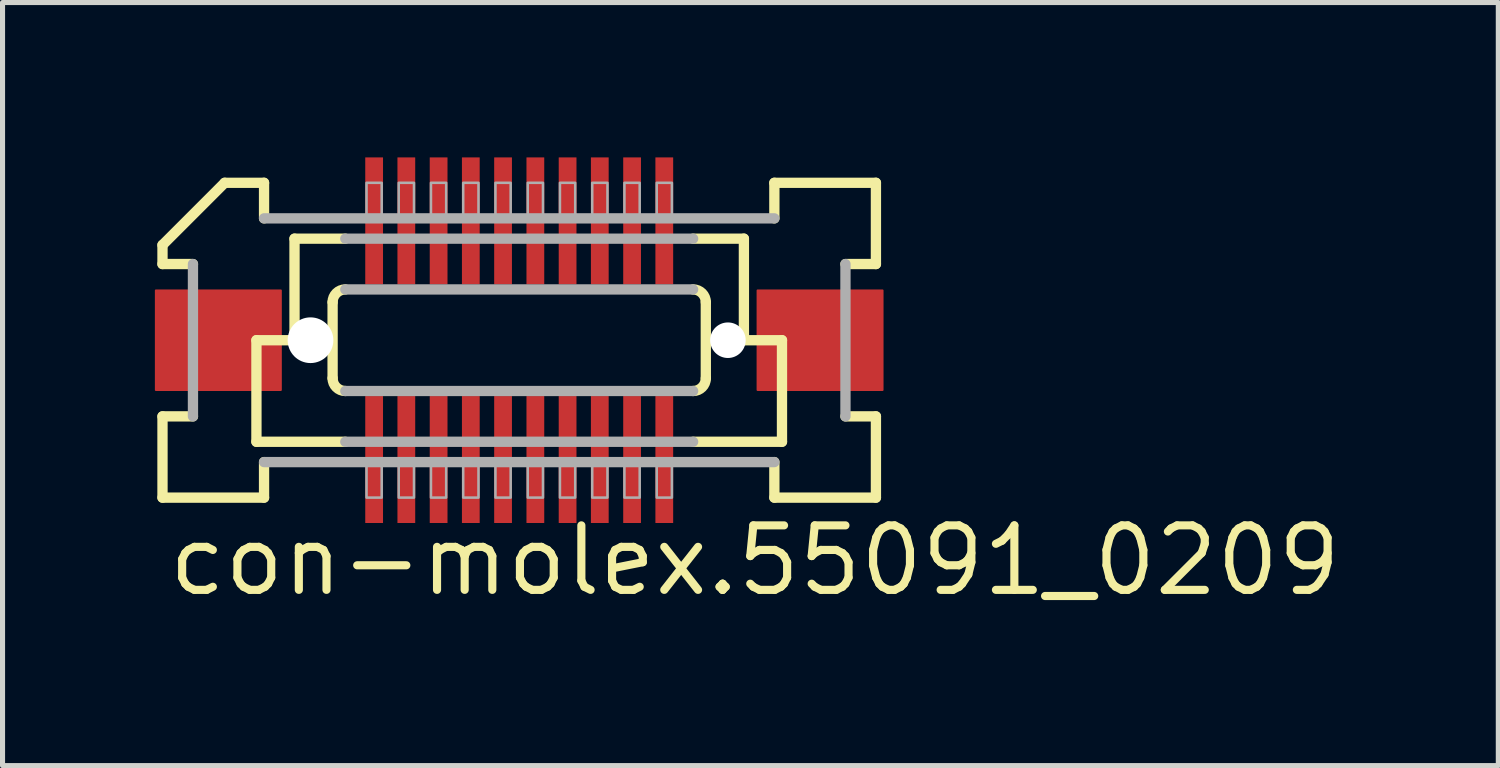
<source format=kicad_pcb>
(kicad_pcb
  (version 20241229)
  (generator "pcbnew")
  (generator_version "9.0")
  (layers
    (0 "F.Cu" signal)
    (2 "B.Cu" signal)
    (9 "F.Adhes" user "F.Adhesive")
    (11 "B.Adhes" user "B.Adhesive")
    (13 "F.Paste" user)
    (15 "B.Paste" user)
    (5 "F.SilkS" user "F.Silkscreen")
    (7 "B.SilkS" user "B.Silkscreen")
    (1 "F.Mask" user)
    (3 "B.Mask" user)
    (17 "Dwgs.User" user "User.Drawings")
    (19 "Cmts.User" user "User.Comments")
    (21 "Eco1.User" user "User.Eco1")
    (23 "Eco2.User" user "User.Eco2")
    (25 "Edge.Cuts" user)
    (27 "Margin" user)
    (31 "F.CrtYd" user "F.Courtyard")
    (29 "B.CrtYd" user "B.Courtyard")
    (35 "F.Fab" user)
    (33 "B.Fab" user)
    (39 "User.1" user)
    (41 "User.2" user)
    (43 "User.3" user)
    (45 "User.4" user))
  (footprint "con-molex.55091_0209"
    (layer "F.Cu")
    (at 7.175 3.65)
    (property "Reference" "con-molex.55091_0209" (at -6.985 5.08 0) (layer "F.SilkS") (effects (font (size 1.27 1.27) (thickness 0.16)) (justify left bottom)))
    (attr smd)
    (fp_rect (start -3.058 -1.075) (end -2.658 -3.625) (stroke (width 0.05) (type default)) (fill yes) (layer "F.Mask"))
    (fp_rect (start -3.058 3.625) (end -2.658 1.075) (stroke (width 0.05) (type default)) (fill yes) (layer "F.Mask"))
    (fp_rect (start -2.422 -1.075) (end -2.022 -3.625) (stroke (width 0.05) (type default)) (fill yes) (layer "F.Mask"))
    (fp_rect (start -2.422 3.625) (end -2.022 1.075) (stroke (width 0.05) (type default)) (fill yes) (layer "F.Mask"))
    (fp_rect (start -1.788 -1.075) (end -1.387 -3.625) (stroke (width 0.05) (type default)) (fill yes) (layer "F.Mask"))
    (fp_rect (start -1.788 3.625) (end -1.387 1.075) (stroke (width 0.05) (type default)) (fill yes) (layer "F.Mask"))
    (fp_rect (start -1.153 -1.075) (end -0.752 -3.625) (stroke (width 0.05) (type default)) (fill yes) (layer "F.Mask"))
    (fp_rect (start -1.153 3.625) (end -0.752 1.075) (stroke (width 0.05) (type default)) (fill yes) (layer "F.Mask"))
    (fp_rect (start -0.517 -1.075) (end -0.117 -3.625) (stroke (width 0.05) (type default)) (fill yes) (layer "F.Mask"))
    (fp_rect (start -0.517 3.625) (end -0.117 1.075) (stroke (width 0.05) (type default)) (fill yes) (layer "F.Mask"))
    (fp_rect (start 0.117 -1.075) (end 0.517 -3.625) (stroke (width 0.05) (type default)) (fill yes) (layer "F.Mask"))
    (fp_rect (start 0.117 3.625) (end 0.517 1.075) (stroke (width 0.05) (type default)) (fill yes) (layer "F.Mask"))
    (fp_rect (start 0.752 -1.075) (end 1.153 -3.625) (stroke (width 0.05) (type default)) (fill yes) (layer "F.Mask"))
    (fp_rect (start 0.752 3.625) (end 1.153 1.075) (stroke (width 0.05) (type default)) (fill yes) (layer "F.Mask"))
    (fp_rect (start 1.387 -1.075) (end 1.788 -3.625) (stroke (width 0.05) (type default)) (fill yes) (layer "F.Mask"))
    (fp_rect (start 1.387 3.625) (end 1.788 1.075) (stroke (width 0.05) (type default)) (fill yes) (layer "F.Mask"))
    (fp_rect (start 2.022 -1.075) (end 2.422 -3.625) (stroke (width 0.05) (type default)) (fill yes) (layer "F.Mask"))
    (fp_rect (start 2.022 3.625) (end 2.422 1.075) (stroke (width 0.05) (type default)) (fill yes) (layer "F.Mask"))
    (fp_rect (start 2.658 -1.075) (end 3.058 -3.625) (stroke (width 0.05) (type default)) (fill yes) (layer "F.Mask"))
    (fp_rect (start 2.658 3.625) (end 3.058 1.075) (stroke (width 0.05) (type default)) (fill yes) (layer "F.Mask"))
    (fp_line (start -7.025 -1.5) (end -7.025 -1.875) (stroke (width 0.203) (type default)) (layer "F.SilkS"))
    (fp_line (start -7.025 1.5) (end -6.425 1.5) (stroke (width 0.203) (type default)) (layer "F.SilkS"))
    (fp_line (start -7.025 3.1) (end -7.025 1.5) (stroke (width 0.203) (type default)) (layer "F.SilkS"))
    (fp_line (start -6.425 -1.5) (end -7.025 -1.5) (stroke (width 0.203) (type default)) (layer "F.SilkS"))
    (fp_line (start -5.8 -3.1) (end -7.025 -1.875) (stroke (width 0.203) (type default)) (layer "F.SilkS"))
    (fp_line (start -5.8 -3.1) (end -5.025 -3.1) (stroke (width 0.203) (type default)) (layer "F.SilkS"))
    (fp_line (start -5.175 0) (end -5.175 2) (stroke (width 0.203) (type default)) (layer "F.SilkS"))
    (fp_line (start -5.175 2) (end -3.425 2) (stroke (width 0.203) (type default)) (layer "F.SilkS"))
    (fp_line (start -5.025 -3.1) (end -5.025 -2.4) (stroke (width 0.203) (type default)) (layer "F.SilkS"))
    (fp_line (start -5.025 2.4) (end -5.025 3.1) (stroke (width 0.203) (type default)) (layer "F.SilkS"))
    (fp_line (start -5.025 3.1) (end -7.025 3.1) (stroke (width 0.203) (type default)) (layer "F.SilkS"))
    (fp_line (start -4.425 -2) (end -4.425 0) (stroke (width 0.203) (type default)) (layer "F.SilkS"))
    (fp_line (start -4.425 0) (end -5.175 0) (stroke (width 0.203) (type default)) (layer "F.SilkS"))
    (fp_line (start -3.675 0.75) (end -3.675 -0.75) (stroke (width 0.203) (type default)) (layer "F.SilkS"))
    (fp_line (start -3.425 -2) (end -4.425 -2) (stroke (width 0.203) (type default)) (layer "F.SilkS"))
    (fp_line (start 3.425 2) (end 5.175 2) (stroke (width 0.203) (type default)) (layer "F.SilkS"))
    (fp_line (start 3.675 -0.75) (end 3.675 0.75) (stroke (width 0.203) (type default)) (layer "F.SilkS"))
    (fp_line (start 4.425 -2) (end 3.425 -2) (stroke (width 0.203) (type default)) (layer "F.SilkS"))
    (fp_line (start 4.425 -2) (end 4.425 0) (stroke (width 0.203) (type default)) (layer "F.SilkS"))
    (fp_line (start 5.025 -3.1) (end 7.025 -3.1) (stroke (width 0.203) (type default)) (layer "F.SilkS"))
    (fp_line (start 5.025 -2.4) (end 5.025 -3.1) (stroke (width 0.203) (type default)) (layer "F.SilkS"))
    (fp_line (start 5.025 3.1) (end 5.025 2.4) (stroke (width 0.203) (type default)) (layer "F.SilkS"))
    (fp_line (start 5.175 0) (end 4.425 0) (stroke (width 0.203) (type default)) (layer "F.SilkS"))
    (fp_line (start 5.175 0) (end 5.175 2) (stroke (width 0.203) (type default)) (layer "F.SilkS"))
    (fp_line (start 6.425 1.5) (end 7.025 1.5) (stroke (width 0.203) (type default)) (layer "F.SilkS"))
    (fp_line (start 7.025 -3.1) (end 7.025 -1.5) (stroke (width 0.203) (type default)) (layer "F.SilkS"))
    (fp_line (start 7.025 -1.5) (end 6.425 -1.5) (stroke (width 0.203) (type default)) (layer "F.SilkS"))
    (fp_line (start 7.025 1.5) (end 7.025 3.1) (stroke (width 0.203) (type default)) (layer "F.SilkS"))
    (fp_line (start 7.025 3.1) (end 5.025 3.1) (stroke (width 0.203) (type default)) (layer "F.SilkS"))
    (fp_arc (start -3.675 -0.75) (mid -3.601777 -0.926777) (end -3.425 -1) (stroke (width 0.2032) (type default)) (layer "F.SilkS"))
    (fp_arc (start -3.425 1) (mid -3.601777 0.926777) (end -3.675 0.75) (stroke (width 0.2032) (type default)) (layer "F.SilkS"))
    (fp_arc (start 3.425 -1) (mid 3.601777 -0.926777) (end 3.675 -0.75) (stroke (width 0.2032) (type default)) (layer "F.SilkS"))
    (fp_arc (start 3.675 0.75) (mid 3.601777 0.926777) (end 3.425 1) (stroke (width 0.2032) (type default)) (layer "F.SilkS"))
    (fp_line (start -6.425 1.5) (end -6.425 -1.5) (stroke (width 0.203) (type default)) (layer "F.Fab"))
    (fp_line (start -5.025 -2.4) (end 5.025 -2.4) (stroke (width 0.203) (type default)) (layer "F.Fab"))
    (fp_line (start -3.425 -1) (end 3.425 -1) (stroke (width 0.203) (type default)) (layer "F.Fab"))
    (fp_line (start -3.425 2) (end 3.425 2) (stroke (width 0.203) (type default)) (layer "F.Fab"))
    (fp_line (start 3.425 -2) (end -3.425 -2) (stroke (width 0.203) (type default)) (layer "F.Fab"))
    (fp_line (start 3.425 1) (end -3.425 1) (stroke (width 0.203) (type default)) (layer "F.Fab"))
    (fp_line (start 5.025 2.4) (end -5.025 2.4) (stroke (width 0.203) (type default)) (layer "F.Fab"))
    (fp_line (start 6.425 -1.5) (end 6.425 1.5) (stroke (width 0.203) (type default)) (layer "F.Fab"))
    (fp_rect (start -3.007 -2.375) (end -2.708 -3.1) (stroke (width 0.05) (type default)) (fill no) (layer "F.Fab"))
    (fp_rect (start -3.007 3.1) (end -2.708 2.375) (stroke (width 0.05) (type default)) (fill no) (layer "F.Fab"))
    (fp_rect (start -2.373 -2.375) (end -2.072 -3.1) (stroke (width 0.05) (type default)) (fill no) (layer "F.Fab"))
    (fp_rect (start -2.373 3.1) (end -2.072 2.375) (stroke (width 0.05) (type default)) (fill no) (layer "F.Fab"))
    (fp_rect (start -1.738 -2.375) (end -1.438 -3.1) (stroke (width 0.05) (type default)) (fill no) (layer "F.Fab"))
    (fp_rect (start -1.738 3.1) (end -1.438 2.375) (stroke (width 0.05) (type default)) (fill no) (layer "F.Fab"))
    (fp_rect (start -1.103 -2.375) (end -0.802 -3.1) (stroke (width 0.05) (type default)) (fill no) (layer "F.Fab"))
    (fp_rect (start -1.103 3.1) (end -0.802 2.375) (stroke (width 0.05) (type default)) (fill no) (layer "F.Fab"))
    (fp_rect (start -0.468 -2.375) (end -0.168 -3.1) (stroke (width 0.05) (type default)) (fill no) (layer "F.Fab"))
    (fp_rect (start -0.468 3.1) (end -0.168 2.375) (stroke (width 0.05) (type default)) (fill no) (layer "F.Fab"))
    (fp_rect (start 0.168 -2.375) (end 0.468 -3.1) (stroke (width 0.05) (type default)) (fill no) (layer "F.Fab"))
    (fp_rect (start 0.168 3.1) (end 0.468 2.375) (stroke (width 0.05) (type default)) (fill no) (layer "F.Fab"))
    (fp_rect (start 0.802 -2.375) (end 1.103 -3.1) (stroke (width 0.05) (type default)) (fill no) (layer "F.Fab"))
    (fp_rect (start 0.802 3.1) (end 1.103 2.375) (stroke (width 0.05) (type default)) (fill no) (layer "F.Fab"))
    (fp_rect (start 1.438 -2.375) (end 1.738 -3.1) (stroke (width 0.05) (type default)) (fill no) (layer "F.Fab"))
    (fp_rect (start 1.438 3.1) (end 1.738 2.375) (stroke (width 0.05) (type default)) (fill no) (layer "F.Fab"))
    (fp_rect (start 2.072 -2.375) (end 2.373 -3.1) (stroke (width 0.05) (type default)) (fill no) (layer "F.Fab"))
    (fp_rect (start 2.072 3.1) (end 2.373 2.375) (stroke (width 0.05) (type default)) (fill no) (layer "F.Fab"))
    (fp_rect (start 2.708 -2.375) (end 3.007 -3.1) (stroke (width 0.05) (type default)) (fill no) (layer "F.Fab"))
    (fp_rect (start 2.708 3.1) (end 3.007 2.375) (stroke (width 0.05) (type default)) (fill no) (layer "F.Fab"))
    (pad "" np_thru_hole circle (at -4.11 0) (size 0.9 0.9) (drill 0.9) (layers "*.Cu" "*.Mask"))
    (pad "" np_thru_hole circle (at 4.11 0) (size 0.7 0.7) (drill 0.7) (layers "*.Cu" "*.Mask"))
    (pad "1" smd roundrect (at -2.857 -2.35) (size 0.35 2.5) (layers "F.Cu" "F.Mask" "F.Paste") (roundrect_rratio 0.01))
    (pad "2" smd roundrect (at -2.857 2.35 180) (size 0.35 2.5) (layers "F.Cu" "F.Mask" "F.Paste") (roundrect_rratio 0.01))
    (pad "3" smd roundrect (at -2.223 -2.35) (size 0.35 2.5) (layers "F.Cu" "F.Mask" "F.Paste") (roundrect_rratio 0.01))
    (pad "4" smd roundrect (at -2.223 2.35 180) (size 0.35 2.5) (layers "F.Cu" "F.Mask" "F.Paste") (roundrect_rratio 0.01))
    (pad "5" smd roundrect (at -1.587 -2.35) (size 0.35 2.5) (layers "F.Cu" "F.Mask" "F.Paste") (roundrect_rratio 0.01))
    (pad "6" smd roundrect (at -1.587 2.35 180) (size 0.35 2.5) (layers "F.Cu" "F.Mask" "F.Paste") (roundrect_rratio 0.01))
    (pad "7" smd roundrect (at -0.953 -2.35) (size 0.35 2.5) (layers "F.Cu" "F.Mask" "F.Paste") (roundrect_rratio 0.01))
    (pad "8" smd roundrect (at -0.953 2.35 180) (size 0.35 2.5) (layers "F.Cu" "F.Mask" "F.Paste") (roundrect_rratio 0.01))
    (pad "9" smd roundrect (at -0.318 -2.35) (size 0.35 2.5) (layers "F.Cu" "F.Mask" "F.Paste") (roundrect_rratio 0.01))
    (pad "10" smd roundrect (at -0.318 2.35 180) (size 0.35 2.5) (layers "F.Cu" "F.Mask" "F.Paste") (roundrect_rratio 0.01))
    (pad "11" smd roundrect (at 0.318 -2.35) (size 0.35 2.5) (layers "F.Cu" "F.Mask" "F.Paste") (roundrect_rratio 0.01))
    (pad "12" smd roundrect (at 0.318 2.35 180) (size 0.35 2.5) (layers "F.Cu" "F.Mask" "F.Paste") (roundrect_rratio 0.01))
    (pad "13" smd roundrect (at 0.953 -2.35) (size 0.35 2.5) (layers "F.Cu" "F.Mask" "F.Paste") (roundrect_rratio 0.01))
    (pad "14" smd roundrect (at 0.953 2.35 180) (size 0.35 2.5) (layers "F.Cu" "F.Mask" "F.Paste") (roundrect_rratio 0.01))
    (pad "15" smd roundrect (at 1.587 -2.35) (size 0.35 2.5) (layers "F.Cu" "F.Mask" "F.Paste") (roundrect_rratio 0.01))
    (pad "16" smd roundrect (at 1.587 2.35 180) (size 0.35 2.5) (layers "F.Cu" "F.Mask" "F.Paste") (roundrect_rratio 0.01))
    (pad "17" smd roundrect (at 2.223 -2.35) (size 0.35 2.5) (layers "F.Cu" "F.Mask" "F.Paste") (roundrect_rratio 0.01))
    (pad "18" smd roundrect (at 2.223 2.35 180) (size 0.35 2.5) (layers "F.Cu" "F.Mask" "F.Paste") (roundrect_rratio 0.01))
    (pad "19" smd roundrect (at 2.857 -2.35) (size 0.35 2.5) (layers "F.Cu" "F.Mask" "F.Paste") (roundrect_rratio 0.01))
    (pad "20" smd roundrect (at 2.857 2.35 180) (size 0.35 2.5) (layers "F.Cu" "F.Mask" "F.Paste") (roundrect_rratio 0.01))
    (pad "M1" smd roundrect (at -5.925 0) (size 2.5 2) (layers "F.Cu" "F.Mask" "F.Paste") (roundrect_rratio 0.01))
    (pad "M2" smd roundrect (at 5.925 0 180) (size 2.5 2) (layers "F.Cu" "F.Mask" "F.Paste") (roundrect_rratio 0.01)))
  (gr_rect
    (start -3 -3)
    (end 26.457 12.027)
    (stroke (width 0.1) (type default))
    (fill no)
    (layer "Edge.Cuts")))
</source>
